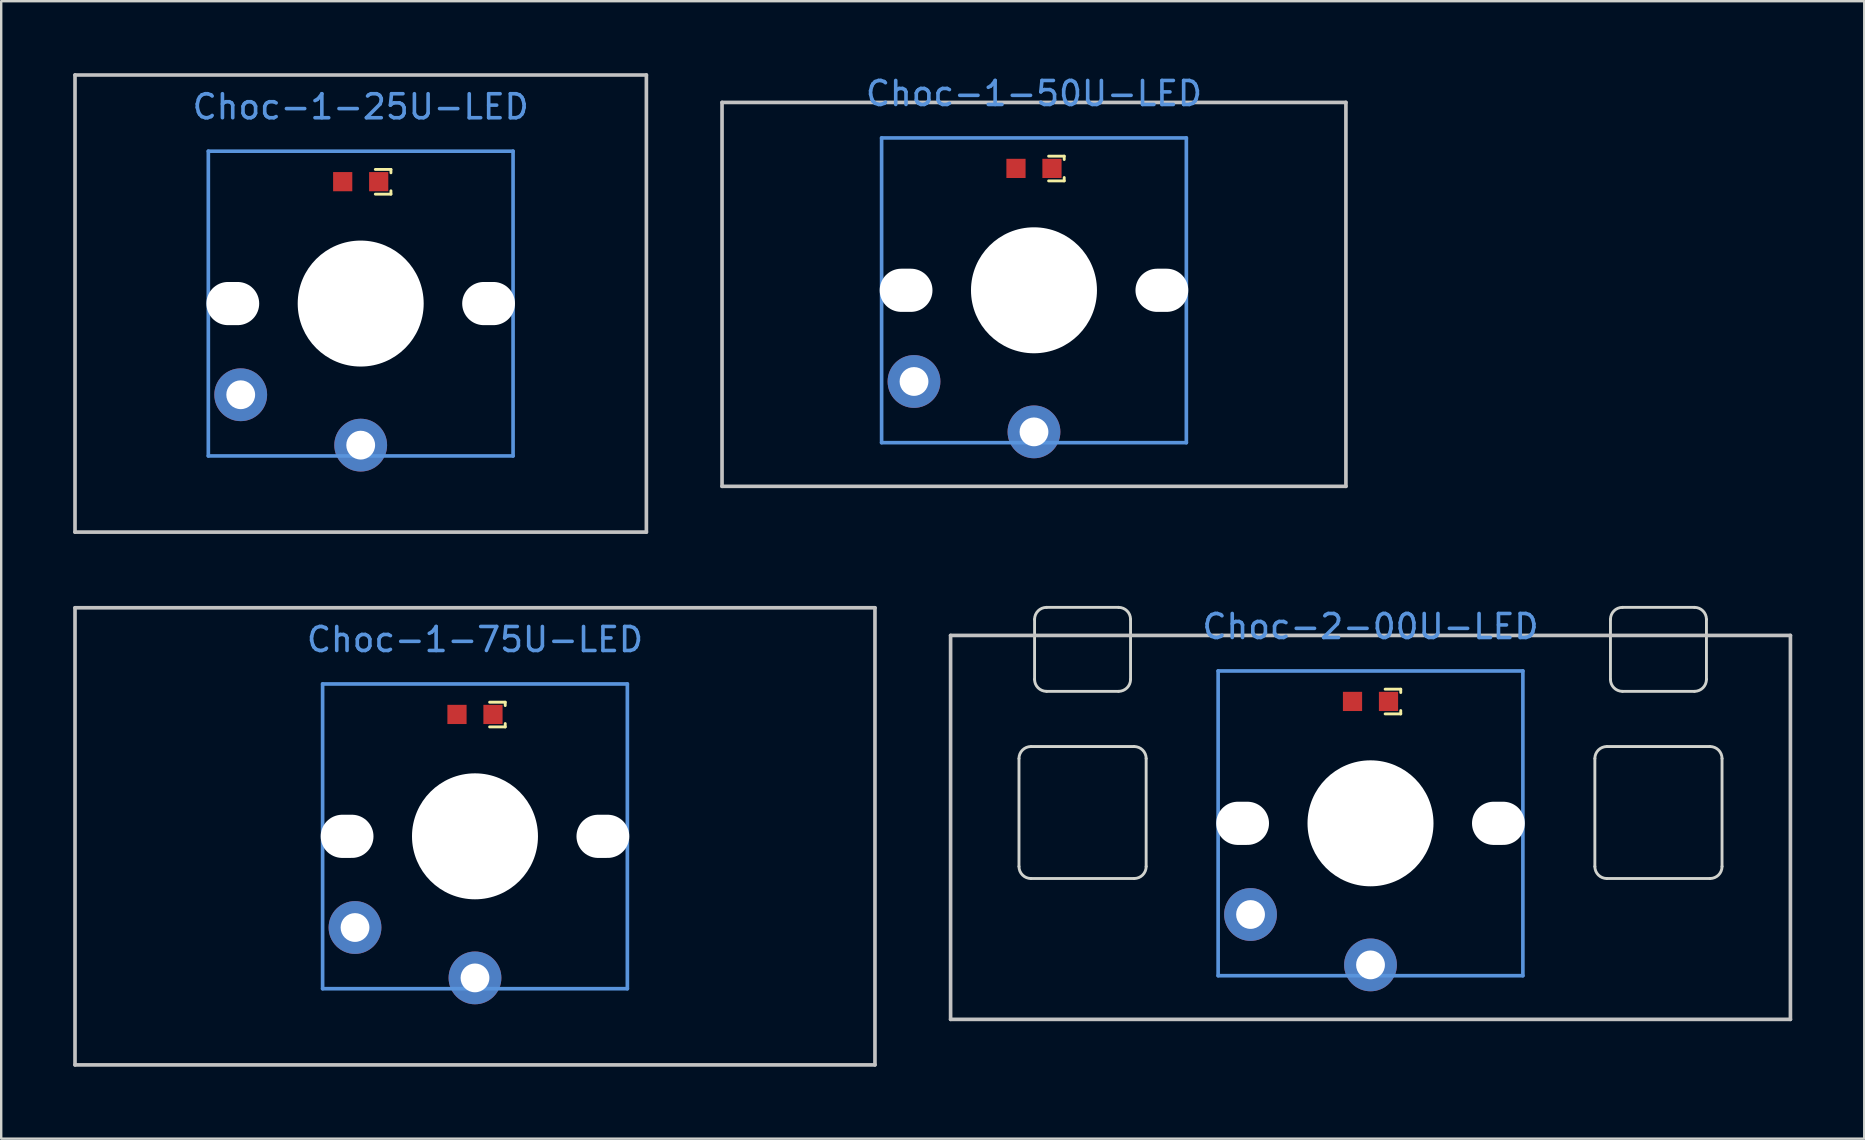
<source format=kicad_pcb>
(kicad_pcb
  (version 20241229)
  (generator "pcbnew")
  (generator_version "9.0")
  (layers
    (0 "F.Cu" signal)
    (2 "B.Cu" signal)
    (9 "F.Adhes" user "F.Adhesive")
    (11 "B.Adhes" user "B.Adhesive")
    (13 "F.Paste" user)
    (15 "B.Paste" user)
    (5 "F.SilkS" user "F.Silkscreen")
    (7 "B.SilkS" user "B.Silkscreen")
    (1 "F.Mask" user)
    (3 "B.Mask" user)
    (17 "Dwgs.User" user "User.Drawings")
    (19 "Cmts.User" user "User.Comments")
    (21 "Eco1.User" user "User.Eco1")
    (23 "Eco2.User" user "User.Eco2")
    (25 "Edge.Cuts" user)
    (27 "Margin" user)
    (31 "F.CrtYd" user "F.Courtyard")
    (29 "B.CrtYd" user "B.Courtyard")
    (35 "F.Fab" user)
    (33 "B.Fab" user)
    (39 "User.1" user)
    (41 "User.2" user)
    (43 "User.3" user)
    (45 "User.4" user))
  (footprint "Choc-2-00U-LED"
    (layer "F.Cu")
    (at 54.066 26.182)
    (property "Reference" "Choc-2-00U-LED" (at 0 -3.12 0) (layer "Cmts.User") (effects (font (size 1 1) (thickness 0.15))))
    (fp_line (start 0.61 -0.51) (end 1.26 -0.51) (stroke (width 0.12) (type solid)) (layer "F.SilkS"))
    (fp_line (start 0.61 0.52) (end 1.26 0.52) (stroke (width 0.12) (type solid)) (layer "F.SilkS"))
    (fp_line (start 1.26 -0.51) (end 1.26 -0.37) (stroke (width 0.12) (type solid)) (layer "F.SilkS"))
    (fp_line (start 1.26 0.52) (end 1.26 0.38) (stroke (width 0.12) (type solid)) (layer "F.SilkS"))
    (fp_line (start -17.5 -2.75) (end 17.5 -2.75) (stroke (width 0.152) (type solid)) (layer "Dwgs.User"))
    (fp_line (start -17.5 13.25) (end -17.5 -2.75) (stroke (width 0.152) (type solid)) (layer "Dwgs.User"))
    (fp_line (start 17.5 -2.75) (end 17.5 13.25) (stroke (width 0.152) (type solid)) (layer "Dwgs.User"))
    (fp_line (start 17.5 13.25) (end -17.5 13.25) (stroke (width 0.152) (type solid)) (layer "Dwgs.User"))
    (fp_line (start -6.35 -1.27) (end 6.35 -1.27) (stroke (width 0.152) (type solid)) (layer "Cmts.User"))
    (fp_line (start -6.35 11.43) (end -6.35 -1.27) (stroke (width 0.152) (type solid)) (layer "Cmts.User"))
    (fp_line (start 6.35 -1.27) (end 6.35 11.43) (stroke (width 0.152) (type solid)) (layer "Cmts.User"))
    (fp_line (start 6.35 11.43) (end -6.35 11.43) (stroke (width 0.152) (type solid)) (layer "Cmts.User"))
    (fp_line (start -14.65 6.88) (end -14.65 2.38) (stroke (width 0.12) (type solid)) (layer "Edge.Cuts"))
    (fp_line (start -14.15 1.88) (end -9.85 1.88) (stroke (width 0.12) (type solid)) (layer "Edge.Cuts"))
    (fp_line (start -14.15 7.38) (end -9.85 7.38) (stroke (width 0.12) (type solid)) (layer "Edge.Cuts"))
    (fp_line (start -14 -0.92) (end -14 -3.42) (stroke (width 0.12) (type solid)) (layer "Edge.Cuts"))
    (fp_line (start -13.5 -3.92) (end -10.5 -3.92) (stroke (width 0.12) (type solid)) (layer "Edge.Cuts"))
    (fp_line (start -13.5 -0.42) (end -10.5 -0.42) (stroke (width 0.12) (type solid)) (layer "Edge.Cuts"))
    (fp_line (start -10 -0.92) (end -10 -3.42) (stroke (width 0.12) (type solid)) (layer "Edge.Cuts"))
    (fp_line (start -9.35 6.88) (end -9.35 2.38) (stroke (width 0.12) (type solid)) (layer "Edge.Cuts"))
    (fp_line (start 9.35 6.88) (end 9.35 2.38) (stroke (width 0.12) (type solid)) (layer "Edge.Cuts"))
    (fp_line (start 10 -0.92) (end 10 -3.42) (stroke (width 0.12) (type solid)) (layer "Edge.Cuts"))
    (fp_line (start 13.5 -3.92) (end 10.5 -3.92) (stroke (width 0.12) (type solid)) (layer "Edge.Cuts"))
    (fp_line (start 13.5 -0.42) (end 10.5 -0.42) (stroke (width 0.12) (type solid)) (layer "Edge.Cuts"))
    (fp_line (start 14 -0.92) (end 14 -3.42) (stroke (width 0.12) (type solid)) (layer "Edge.Cuts"))
    (fp_line (start 14.15 1.88) (end 9.85 1.88) (stroke (width 0.12) (type solid)) (layer "Edge.Cuts"))
    (fp_line (start 14.15 7.38) (end 9.85 7.38) (stroke (width 0.12) (type solid)) (layer "Edge.Cuts"))
    (fp_line (start 14.65 6.88) (end 14.65 2.38) (stroke (width 0.12) (type solid)) (layer "Edge.Cuts"))
    (fp_arc (start -14.65 2.38) (mid -14.503553 2.026447) (end -14.15 1.88) (stroke (width 0.12) (type solid)) (layer "Edge.Cuts"))
    (fp_arc (start -14.15 7.38) (mid -14.503553 7.233553) (end -14.65 6.88) (stroke (width 0.12) (type solid)) (layer "Edge.Cuts"))
    (fp_arc (start -14 -3.42) (mid -13.853553 -3.773553) (end -13.5 -3.92) (stroke (width 0.12) (type solid)) (layer "Edge.Cuts"))
    (fp_arc (start -13.5 -0.42) (mid -13.853553 -0.566447) (end -14 -0.92) (stroke (width 0.12) (type solid)) (layer "Edge.Cuts"))
    (fp_arc (start -10.5 -3.92) (mid -10.146447 -3.773553) (end -10 -3.42) (stroke (width 0.12) (type solid)) (layer "Edge.Cuts"))
    (fp_arc (start -10 -0.92) (mid -10.146447 -0.566447) (end -10.5 -0.42) (stroke (width 0.12) (type solid)) (layer "Edge.Cuts"))
    (fp_arc (start -9.85 1.88) (mid -9.496447 2.026447) (end -9.35 2.38) (stroke (width 0.12) (type solid)) (layer "Edge.Cuts"))
    (fp_arc (start -9.35 6.88) (mid -9.496447 7.233553) (end -9.85 7.38) (stroke (width 0.12) (type solid)) (layer "Edge.Cuts"))
    (fp_arc (start 9.35 2.38) (mid 9.496447 2.026447) (end 9.85 1.88) (stroke (width 0.12) (type solid)) (layer "Edge.Cuts"))
    (fp_arc (start 9.85 7.38) (mid 9.496447 7.233553) (end 9.35 6.88) (stroke (width 0.12) (type solid)) (layer "Edge.Cuts"))
    (fp_arc (start 10 -3.42) (mid 10.146447 -3.773553) (end 10.5 -3.92) (stroke (width 0.12) (type solid)) (layer "Edge.Cuts"))
    (fp_arc (start 10.5 -0.42) (mid 10.146447 -0.566447) (end 10 -0.92) (stroke (width 0.12) (type solid)) (layer "Edge.Cuts"))
    (fp_arc (start 13.5 -3.92) (mid 13.853553 -3.773553) (end 14 -3.42) (stroke (width 0.12) (type solid)) (layer "Edge.Cuts"))
    (fp_arc (start 14 -0.92) (mid 13.853553 -0.566447) (end 13.5 -0.42) (stroke (width 0.12) (type solid)) (layer "Edge.Cuts"))
    (fp_arc (start 14.15 1.88) (mid 14.503553 2.026447) (end 14.65 2.38) (stroke (width 0.12) (type solid)) (layer "Edge.Cuts"))
    (fp_arc (start 14.65 6.88) (mid 14.503553 7.233553) (end 14.15 7.38) (stroke (width 0.12) (type solid)) (layer "Edge.Cuts"))
    (pad "" np_thru_hole oval (at -5.33 5.08 270) (size 1.8 2.2) (drill oval 1.8 2.2) (layers "*.Cu" "*.Mask"))
    (pad "" np_thru_hole circle (at 0 5.08 180) (size 5.25 5.25) (drill 5.25) (layers "*.Cu" "*.Mask"))
    (pad "" np_thru_hole oval (at 5.33 5.08 270) (size 1.8 2.2) (drill oval 1.8 2.2) (layers "*.Cu" "*.Mask"))
    (pad "1" thru_hole circle (at 0 10.98 90) (size 2.2 2.2) (drill 1.2) (layers "*.Cu" "*.Mask"))
    (pad "2" thru_hole circle (at -5 8.88 270) (size 2.2 2.2) (drill 1.2) (layers "*.Cu" "*.Mask"))
    (pad "3" smd rect (at 0.75 0 90) (size 0.8 0.8) (layers "F.Cu" "F.Mask" "F.Paste"))
    (pad "4" smd rect (at -0.75 0 90) (size 0.8 0.8) (layers "F.Cu" "F.Mask" "F.Paste")))
  (footprint "Choc-1-25U-LED"
    (layer "F.Cu")
    (at 11.982 4.521)
    (property "Reference" "Choc-1-25U-LED" (at 0 -3.12 0) (layer "Cmts.User") (effects (font (size 1 1) (thickness 0.15))))
    (fp_line (start 0.61 -0.51) (end 1.26 -0.51) (stroke (width 0.12) (type solid)) (layer "F.SilkS"))
    (fp_line (start 0.61 0.52) (end 1.26 0.52) (stroke (width 0.12) (type solid)) (layer "F.SilkS"))
    (fp_line (start 1.26 -0.51) (end 1.26 -0.37) (stroke (width 0.12) (type solid)) (layer "F.SilkS"))
    (fp_line (start 1.26 0.52) (end 1.26 0.38) (stroke (width 0.12) (type solid)) (layer "F.SilkS"))
    (fp_line (start -11.906 -4.445) (end 11.906 -4.445) (stroke (width 0.152) (type solid)) (layer "Dwgs.User"))
    (fp_line (start -11.906 14.605) (end -11.906 -4.445) (stroke (width 0.152) (type solid)) (layer "Dwgs.User"))
    (fp_line (start 11.906 -4.445) (end 11.906 14.605) (stroke (width 0.152) (type solid)) (layer "Dwgs.User"))
    (fp_line (start 11.906 14.605) (end -11.906 14.605) (stroke (width 0.152) (type solid)) (layer "Dwgs.User"))
    (fp_line (start -6.35 -1.27) (end 6.35 -1.27) (stroke (width 0.152) (type solid)) (layer "Cmts.User"))
    (fp_line (start -6.35 11.43) (end -6.35 -1.27) (stroke (width 0.152) (type solid)) (layer "Cmts.User"))
    (fp_line (start 6.35 -1.27) (end 6.35 11.43) (stroke (width 0.152) (type solid)) (layer "Cmts.User"))
    (fp_line (start 6.35 11.43) (end -6.35 11.43) (stroke (width 0.152) (type solid)) (layer "Cmts.User"))
    (pad "" np_thru_hole oval (at -5.33 5.08 270) (size 1.8 2.2) (drill oval 1.8 2.2) (layers "*.Cu" "*.Mask"))
    (pad "" np_thru_hole circle (at 0 5.08 180) (size 5.25 5.25) (drill 5.25) (layers "*.Cu" "*.Mask"))
    (pad "" np_thru_hole oval (at 5.33 5.08 270) (size 1.8 2.2) (drill oval 1.8 2.2) (layers "*.Cu" "*.Mask"))
    (pad "1" thru_hole circle (at 0 10.98 90) (size 2.2 2.2) (drill 1.2) (layers "*.Cu" "*.Mask"))
    (pad "2" thru_hole circle (at -5 8.88 270) (size 2.2 2.2) (drill 1.2) (layers "*.Cu" "*.Mask"))
    (pad "3" smd rect (at 0.75 0 90) (size 0.8 0.8) (layers "F.Cu" "F.Mask" "F.Paste"))
    (pad "4" smd rect (at -0.75 0 90) (size 0.8 0.8) (layers "F.Cu" "F.Mask" "F.Paste")))
  (footprint "Choc-1-50U-LED"
    (layer "F.Cu")
    (at 40.041 3.968)
    (property "Reference" "Choc-1-50U-LED" (at 0 -3.12 0) (layer "Cmts.User") (effects (font (size 1 1) (thickness 0.15))))
    (fp_line (start 0.61 -0.51) (end 1.26 -0.51) (stroke (width 0.12) (type solid)) (layer "F.SilkS"))
    (fp_line (start 0.61 0.52) (end 1.26 0.52) (stroke (width 0.12) (type solid)) (layer "F.SilkS"))
    (fp_line (start 1.26 -0.51) (end 1.26 -0.37) (stroke (width 0.12) (type solid)) (layer "F.SilkS"))
    (fp_line (start 1.26 0.52) (end 1.26 0.38) (stroke (width 0.12) (type solid)) (layer "F.SilkS"))
    (fp_line (start -13 -2.75) (end 13 -2.75) (stroke (width 0.152) (type solid)) (layer "Dwgs.User"))
    (fp_line (start -13 13.25) (end -13 -2.75) (stroke (width 0.152) (type solid)) (layer "Dwgs.User"))
    (fp_line (start 13 -2.75) (end 13 13.25) (stroke (width 0.152) (type solid)) (layer "Dwgs.User"))
    (fp_line (start 13 13.25) (end -13 13.25) (stroke (width 0.152) (type solid)) (layer "Dwgs.User"))
    (fp_line (start -6.35 -1.27) (end 6.35 -1.27) (stroke (width 0.152) (type solid)) (layer "Cmts.User"))
    (fp_line (start -6.35 11.43) (end -6.35 -1.27) (stroke (width 0.152) (type solid)) (layer "Cmts.User"))
    (fp_line (start 6.35 -1.27) (end 6.35 11.43) (stroke (width 0.152) (type solid)) (layer "Cmts.User"))
    (fp_line (start 6.35 11.43) (end -6.35 11.43) (stroke (width 0.152) (type solid)) (layer "Cmts.User"))
    (pad "" np_thru_hole oval (at -5.33 5.08 270) (size 1.8 2.2) (drill oval 1.8 2.2) (layers "*.Cu" "*.Mask"))
    (pad "" np_thru_hole circle (at 0 5.08 180) (size 5.25 5.25) (drill 5.25) (layers "*.Cu" "*.Mask"))
    (pad "" np_thru_hole oval (at 5.33 5.08 270) (size 1.8 2.2) (drill oval 1.8 2.2) (layers "*.Cu" "*.Mask"))
    (pad "1" thru_hole circle (at 0 10.98 90) (size 2.2 2.2) (drill 1.2) (layers "*.Cu" "*.Mask"))
    (pad "2" thru_hole circle (at -5 8.88 270) (size 2.2 2.2) (drill 1.2) (layers "*.Cu" "*.Mask"))
    (pad "3" smd rect (at 0.75 0 90) (size 0.8 0.8) (layers "F.Cu" "F.Mask" "F.Paste"))
    (pad "4" smd rect (at -0.75 0 90) (size 0.8 0.8) (layers "F.Cu" "F.Mask" "F.Paste")))
  (footprint "Choc-1-75U-LED"
    (layer "F.Cu")
    (at 16.745 26.724)
    (property "Reference" "Choc-1-75U-LED" (at 0 -3.12 0) (layer "Cmts.User") (effects (font (size 1 1) (thickness 0.15))))
    (fp_line (start 0.61 -0.51) (end 1.26 -0.51) (stroke (width 0.12) (type solid)) (layer "F.SilkS"))
    (fp_line (start 0.61 0.52) (end 1.26 0.52) (stroke (width 0.12) (type solid)) (layer "F.SilkS"))
    (fp_line (start 1.26 -0.51) (end 1.26 -0.37) (stroke (width 0.12) (type solid)) (layer "F.SilkS"))
    (fp_line (start 1.26 0.52) (end 1.26 0.38) (stroke (width 0.12) (type solid)) (layer "F.SilkS"))
    (fp_line (start -16.669 -4.445) (end 16.669 -4.445) (stroke (width 0.152) (type solid)) (layer "Dwgs.User"))
    (fp_line (start -16.669 14.605) (end -16.669 -4.445) (stroke (width 0.152) (type solid)) (layer "Dwgs.User"))
    (fp_line (start 16.669 -4.445) (end 16.669 14.605) (stroke (width 0.152) (type solid)) (layer "Dwgs.User"))
    (fp_line (start 16.669 14.605) (end -16.669 14.605) (stroke (width 0.152) (type solid)) (layer "Dwgs.User"))
    (fp_line (start -6.35 -1.27) (end 6.35 -1.27) (stroke (width 0.152) (type solid)) (layer "Cmts.User"))
    (fp_line (start -6.35 11.43) (end -6.35 -1.27) (stroke (width 0.152) (type solid)) (layer "Cmts.User"))
    (fp_line (start 6.35 -1.27) (end 6.35 11.43) (stroke (width 0.152) (type solid)) (layer "Cmts.User"))
    (fp_line (start 6.35 11.43) (end -6.35 11.43) (stroke (width 0.152) (type solid)) (layer "Cmts.User"))
    (pad "" np_thru_hole oval (at -5.33 5.08 270) (size 1.8 2.2) (drill oval 1.8 2.2) (layers "*.Cu" "*.Mask"))
    (pad "" np_thru_hole circle (at 0 5.08 180) (size 5.25 5.25) (drill 5.25) (layers "*.Cu" "*.Mask"))
    (pad "" np_thru_hole oval (at 5.33 5.08 270) (size 1.8 2.2) (drill oval 1.8 2.2) (layers "*.Cu" "*.Mask"))
    (pad "1" thru_hole circle (at 0 10.98 90) (size 2.2 2.2) (drill 1.2) (layers "*.Cu" "*.Mask"))
    (pad "2" thru_hole circle (at -5 8.88 270) (size 2.2 2.2) (drill 1.2) (layers "*.Cu" "*.Mask"))
    (pad "3" smd rect (at 0.75 0 90) (size 0.8 0.8) (layers "F.Cu" "F.Mask" "F.Paste"))
    (pad "4" smd rect (at -0.75 0 90) (size 0.8 0.8) (layers "F.Cu" "F.Mask" "F.Paste")))
  (gr_rect
    (start -3 -3)
    (end 74.642 44.405)
    (stroke (width 0.1) (type default))
    (fill no)
    (layer "Edge.Cuts")))
</source>
